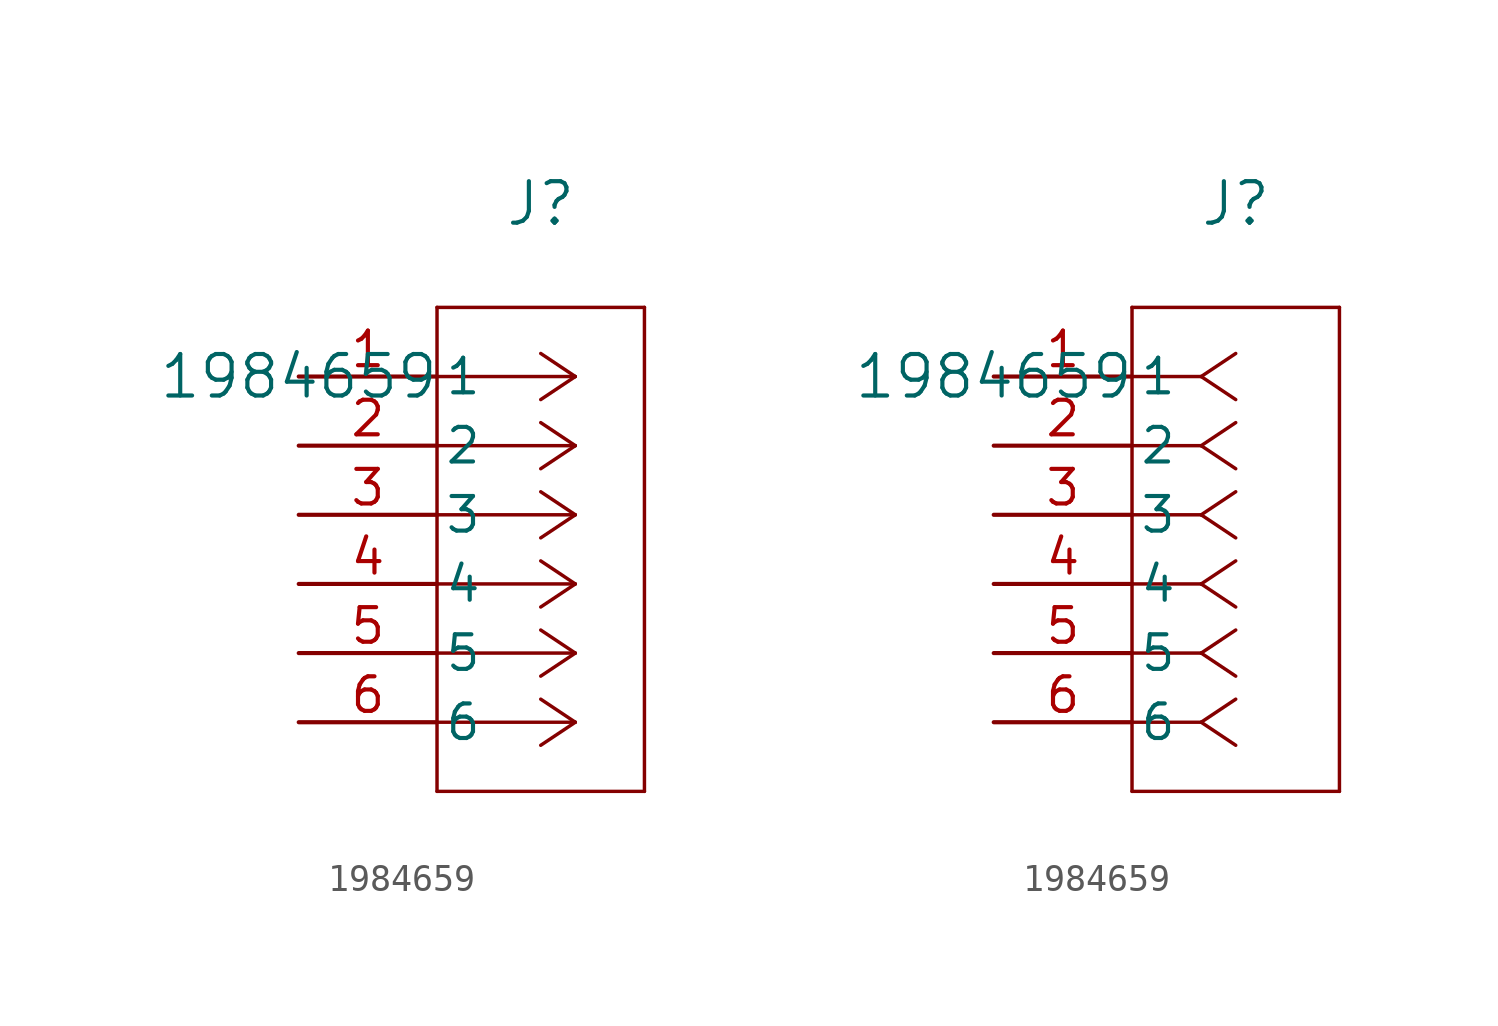
<source format=kicad_sym>
(kicad_symbol_lib
  (version 20211014)
  (generator kicad_symbol_editor)
  (symbol "1984659"
    (pin_names
      (offset 0.254))
    (property "Reference" "J"
      (at 8.89 6.35 0)
      (effects (font (size 1.524 1.524))))
    (property "Value" "1984659"
      (at 0 0 0)
      (effects (font (size 1.524 1.524))))
    (symbol "1984659_1_1"
      (polyline (pts (xy 10.16 0) (xy 5.08 0)) (stroke (width 0.127) (type default) (color 0 0 0 0)) (fill (type none)))
      (polyline (pts (xy 10.16 -2.54) (xy 5.08 -2.54)) (stroke (width 0.127) (type default) (color 0 0 0 0)) (fill (type none)))
      (polyline (pts (xy 10.16 -5.08) (xy 5.08 -5.08)) (stroke (width 0.127) (type default) (color 0 0 0 0)) (fill (type none)))
      (polyline (pts (xy 10.16 -7.62) (xy 5.08 -7.62)) (stroke (width 0.127) (type default) (color 0 0 0 0)) (fill (type none)))
      (polyline (pts (xy 10.16 -10.16) (xy 5.08 -10.16)) (stroke (width 0.127) (type default) (color 0 0 0 0)) (fill (type none)))
      (polyline (pts (xy 10.16 -12.7) (xy 5.08 -12.7)) (stroke (width 0.127) (type default) (color 0 0 0 0)) (fill (type none)))
      (polyline (pts (xy 10.16 0) (xy 8.89 0.847)) (stroke (width 0.127) (type default) (color 0 0 0 0)) (fill (type none)))
      (polyline (pts (xy 10.16 -2.54) (xy 8.89 -1.693)) (stroke (width 0.127) (type default) (color 0 0 0 0)) (fill (type none)))
      (polyline (pts (xy 10.16 -5.08) (xy 8.89 -4.233)) (stroke (width 0.127) (type default) (color 0 0 0 0)) (fill (type none)))
      (polyline (pts (xy 10.16 -7.62) (xy 8.89 -6.773)) (stroke (width 0.127) (type default) (color 0 0 0 0)) (fill (type none)))
      (polyline (pts (xy 10.16 -10.16) (xy 8.89 -9.313)) (stroke (width 0.127) (type default) (color 0 0 0 0)) (fill (type none)))
      (polyline (pts (xy 10.16 -12.7) (xy 8.89 -11.853)) (stroke (width 0.127) (type default) (color 0 0 0 0)) (fill (type none)))
      (polyline (pts (xy 10.16 0) (xy 8.89 -0.847)) (stroke (width 0.127) (type default) (color 0 0 0 0)) (fill (type none)))
      (polyline (pts (xy 10.16 -2.54) (xy 8.89 -3.387)) (stroke (width 0.127) (type default) (color 0 0 0 0)) (fill (type none)))
      (polyline (pts (xy 10.16 -5.08) (xy 8.89 -5.927)) (stroke (width 0.127) (type default) (color 0 0 0 0)) (fill (type none)))
      (polyline (pts (xy 10.16 -7.62) (xy 8.89 -8.467)) (stroke (width 0.127) (type default) (color 0 0 0 0)) (fill (type none)))
      (polyline (pts (xy 10.16 -10.16) (xy 8.89 -11.007)) (stroke (width 0.127) (type default) (color 0 0 0 0)) (fill (type none)))
      (polyline (pts (xy 10.16 -12.7) (xy 8.89 -13.547)) (stroke (width 0.127) (type default) (color 0 0 0 0)) (fill (type none)))
      (polyline (pts (xy 5.08 2.54) (xy 5.08 -15.24)) (stroke (width 0.127) (type default) (color 0 0 0 0)) (fill (type none)))
      (polyline (pts (xy 5.08 -15.24) (xy 12.7 -15.24)) (stroke (width 0.127) (type default) (color 0 0 0 0)) (fill (type none)))
      (polyline (pts (xy 12.7 -15.24) (xy 12.7 2.54)) (stroke (width 0.127) (type default) (color 0 0 0 0)) (fill (type none)))
      (polyline (pts (xy 12.7 2.54) (xy 5.08 2.54)) (stroke (width 0.127) (type default) (color 0 0 0 0)) (fill (type none)))
      (pin unspecified line (at 0 0 0) (length 5.08) (name "1" (effects (font (size 1.27 1.27)))) (number "1" (effects (font (size 1.27 1.27)))))
      (pin unspecified line (at 0 -2.54 0) (length 5.08) (name "2" (effects (font (size 1.27 1.27)))) (number "2" (effects (font (size 1.27 1.27)))))
      (pin unspecified line (at 0 -5.08 0) (length 5.08) (name "3" (effects (font (size 1.27 1.27)))) (number "3" (effects (font (size 1.27 1.27)))))
      (pin unspecified line (at 0 -7.62 0) (length 5.08) (name "4" (effects (font (size 1.27 1.27)))) (number "4" (effects (font (size 1.27 1.27)))))
      (pin unspecified line (at 0 -10.16 0) (length 5.08) (name "5" (effects (font (size 1.27 1.27)))) (number "5" (effects (font (size 1.27 1.27)))))
      (pin unspecified line (at 0 -12.7 0) (length 5.08) (name "6" (effects (font (size 1.27 1.27)))) (number "6" (effects (font (size 1.27 1.27))))))
    (symbol "1984659_1_2"
      (polyline (pts (xy 7.62 0) (xy 5.08 0)) (stroke (width 0.127) (type default) (color 0 0 0 0)) (fill (type none)))
      (polyline (pts (xy 7.62 -2.54) (xy 5.08 -2.54)) (stroke (width 0.127) (type default) (color 0 0 0 0)) (fill (type none)))
      (polyline (pts (xy 7.62 -5.08) (xy 5.08 -5.08)) (stroke (width 0.127) (type default) (color 0 0 0 0)) (fill (type none)))
      (polyline (pts (xy 7.62 -7.62) (xy 5.08 -7.62)) (stroke (width 0.127) (type default) (color 0 0 0 0)) (fill (type none)))
      (polyline (pts (xy 7.62 -10.16) (xy 5.08 -10.16)) (stroke (width 0.127) (type default) (color 0 0 0 0)) (fill (type none)))
      (polyline (pts (xy 7.62 -12.7) (xy 5.08 -12.7)) (stroke (width 0.127) (type default) (color 0 0 0 0)) (fill (type none)))
      (polyline (pts (xy 7.62 0) (xy 8.89 0.847)) (stroke (width 0.127) (type default) (color 0 0 0 0)) (fill (type none)))
      (polyline (pts (xy 7.62 -2.54) (xy 8.89 -1.693)) (stroke (width 0.127) (type default) (color 0 0 0 0)) (fill (type none)))
      (polyline (pts (xy 7.62 -5.08) (xy 8.89 -4.233)) (stroke (width 0.127) (type default) (color 0 0 0 0)) (fill (type none)))
      (polyline (pts (xy 7.62 -7.62) (xy 8.89 -6.773)) (stroke (width 0.127) (type default) (color 0 0 0 0)) (fill (type none)))
      (polyline (pts (xy 7.62 -10.16) (xy 8.89 -9.313)) (stroke (width 0.127) (type default) (color 0 0 0 0)) (fill (type none)))
      (polyline (pts (xy 7.62 -12.7) (xy 8.89 -11.853)) (stroke (width 0.127) (type default) (color 0 0 0 0)) (fill (type none)))
      (polyline (pts (xy 7.62 0) (xy 8.89 -0.847)) (stroke (width 0.127) (type default) (color 0 0 0 0)) (fill (type none)))
      (polyline (pts (xy 7.62 -2.54) (xy 8.89 -3.387)) (stroke (width 0.127) (type default) (color 0 0 0 0)) (fill (type none)))
      (polyline (pts (xy 7.62 -5.08) (xy 8.89 -5.927)) (stroke (width 0.127) (type default) (color 0 0 0 0)) (fill (type none)))
      (polyline (pts (xy 7.62 -7.62) (xy 8.89 -8.467)) (stroke (width 0.127) (type default) (color 0 0 0 0)) (fill (type none)))
      (polyline (pts (xy 7.62 -10.16) (xy 8.89 -11.007)) (stroke (width 0.127) (type default) (color 0 0 0 0)) (fill (type none)))
      (polyline (pts (xy 7.62 -12.7) (xy 8.89 -13.547)) (stroke (width 0.127) (type default) (color 0 0 0 0)) (fill (type none)))
      (polyline (pts (xy 5.08 2.54) (xy 5.08 -15.24)) (stroke (width 0.127) (type default) (color 0 0 0 0)) (fill (type none)))
      (polyline (pts (xy 5.08 -15.24) (xy 12.7 -15.24)) (stroke (width 0.127) (type default) (color 0 0 0 0)) (fill (type none)))
      (polyline (pts (xy 12.7 -15.24) (xy 12.7 2.54)) (stroke (width 0.127) (type default) (color 0 0 0 0)) (fill (type none)))
      (polyline (pts (xy 12.7 2.54) (xy 5.08 2.54)) (stroke (width 0.127) (type default) (color 0 0 0 0)) (fill (type none)))
      (pin unspecified line (at 0 0 0) (length 5.08) (name "1" (effects (font (size 1.27 1.27)))) (number "1" (effects (font (size 1.27 1.27)))))
      (pin unspecified line (at 0 -2.54 0) (length 5.08) (name "2" (effects (font (size 1.27 1.27)))) (number "2" (effects (font (size 1.27 1.27)))))
      (pin unspecified line (at 0 -5.08 0) (length 5.08) (name "3" (effects (font (size 1.27 1.27)))) (number "3" (effects (font (size 1.27 1.27)))))
      (pin unspecified line (at 0 -7.62 0) (length 5.08) (name "4" (effects (font (size 1.27 1.27)))) (number "4" (effects (font (size 1.27 1.27)))))
      (pin unspecified line (at 0 -10.16 0) (length 5.08) (name "5" (effects (font (size 1.27 1.27)))) (number "5" (effects (font (size 1.27 1.27)))))
      (pin unspecified line (at 0 -12.7 0) (length 5.08) (name "6" (effects (font (size 1.27 1.27)))) (number "6" (effects (font (size 1.27 1.27))))))))
</source>
